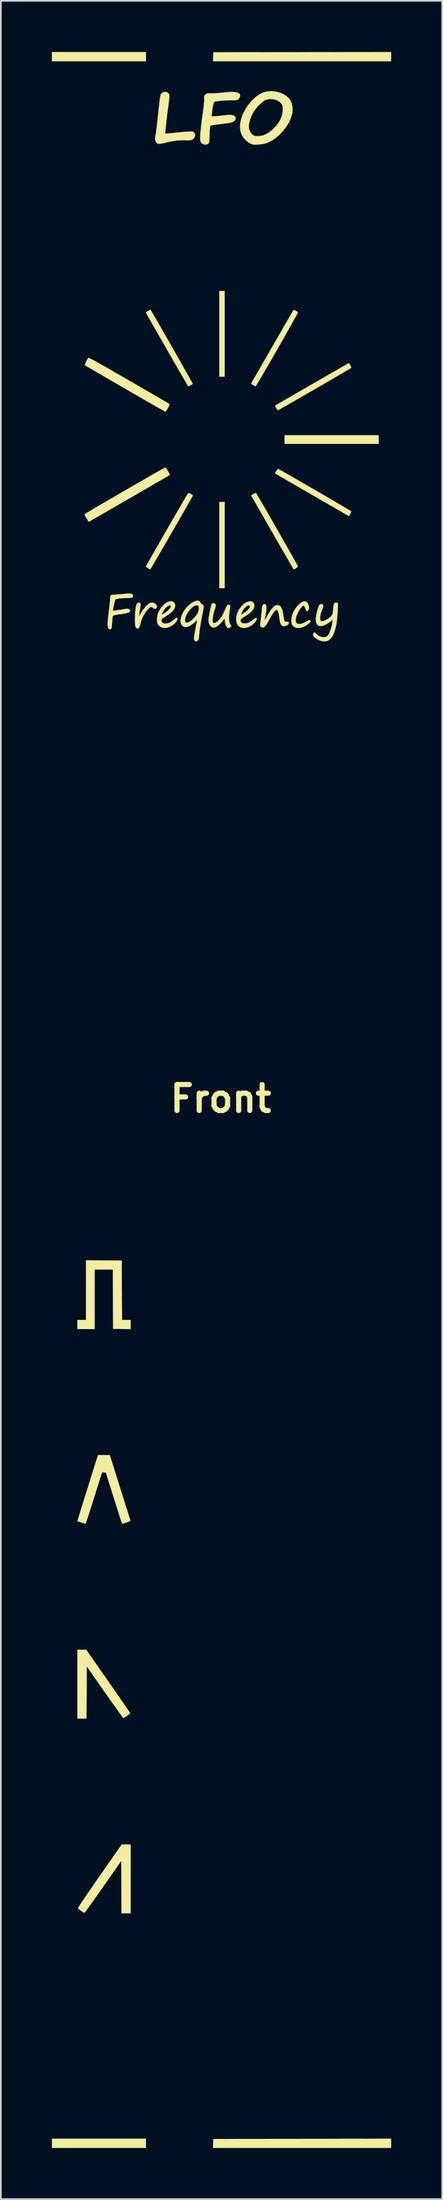
<source format=kicad_pcb>
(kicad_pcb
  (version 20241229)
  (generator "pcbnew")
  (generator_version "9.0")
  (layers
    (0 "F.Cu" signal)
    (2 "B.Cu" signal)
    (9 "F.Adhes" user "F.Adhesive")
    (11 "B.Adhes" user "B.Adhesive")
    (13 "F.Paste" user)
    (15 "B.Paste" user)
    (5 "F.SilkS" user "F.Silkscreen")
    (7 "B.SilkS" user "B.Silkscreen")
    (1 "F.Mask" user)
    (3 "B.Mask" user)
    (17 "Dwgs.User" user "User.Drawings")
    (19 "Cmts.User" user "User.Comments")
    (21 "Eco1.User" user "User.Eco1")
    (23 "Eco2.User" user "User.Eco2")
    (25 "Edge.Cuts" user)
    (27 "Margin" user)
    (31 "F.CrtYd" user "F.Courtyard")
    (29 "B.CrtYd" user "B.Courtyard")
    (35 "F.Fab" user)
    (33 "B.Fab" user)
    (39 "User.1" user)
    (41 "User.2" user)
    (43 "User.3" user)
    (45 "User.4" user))
  (footprint "Front"
    (layer "F.Cu")
    (at 9.939 61.445)
    (property "Reference" "Front" (at 0 0 0) (layer "F.SilkS") (effects (font (size 1.524 1.524) (thickness 0.3))))
    (attr through_hole)
    (fp_poly (pts (xy -4.403 -60.904) (xy -9.934 -60.904) (xy -9.934 -61.44) (xy -4.403 -61.44) (xy -4.403 -60.904)) (stroke (width 0.01) (type solid)) (fill yes) (layer "F.SilkS"))
    (fp_poly (pts (xy -4.403 61.581) (xy -9.934 61.581) (xy -9.934 61.045) (xy -4.403 61.045) (xy -4.403 61.581)) (stroke (width 0.01) (type solid)) (fill yes) (layer "F.SilkS"))
    (fp_poly (pts (xy 0.226 -42.39) (xy -0.085 -42.39) (xy -0.085 -47.413) (xy 0.226 -47.413) (xy 0.226 -42.39)) (stroke (width 0.01) (type solid)) (fill yes) (layer "F.SilkS"))
    (fp_poly (pts (xy 0.226 -29.972) (xy -0.085 -29.972) (xy -0.085 -35.024) (xy 0.226 -35.024) (xy 0.226 -29.972)) (stroke (width 0.01) (type solid)) (fill yes) (layer "F.SilkS"))
    (fp_poly (pts (xy 9.285 -38.439) (xy 3.754 -38.439) (xy 3.754 -38.947) (xy 9.285 -38.947) (xy 9.285 -38.439)) (stroke (width 0.01) (type solid)) (fill yes) (layer "F.SilkS"))
    (fp_poly (pts (xy 10.019 -60.904) (xy -0.454 -60.904) (xy -0.446 -61.165) (xy -0.437 -61.426) (xy 4.791 -61.433) (xy 10.019 -61.44) (xy 10.019 -60.904)) (stroke (width 0.01) (type solid)) (fill yes) (layer "F.SilkS"))
    (fp_poly (pts (xy 10.019 61.581) (xy -0.454 61.581) (xy -0.446 61.32) (xy -0.437 61.059) (xy 4.791 61.052) (xy 10.019 61.045) (xy 10.019 61.581)) (stroke (width 0.01) (type solid)) (fill yes) (layer "F.SilkS"))
    (fp_poly (pts (xy -6.879 9.489) (xy -5.828 9.497) (xy -5.821 11.239) (xy -5.813 12.982) (xy -5.306 12.982) (xy -5.306 13.52) (xy -5.821 13.512) (xy -6.336 13.504) (xy -6.343 11.762) (xy -6.35 10.019) (xy -7.422 10.019) (xy -7.422 13.518) (xy -8.438 13.518) (xy -8.438 12.982) (xy -7.93 12.982) (xy -7.93 9.482) (xy -6.879 9.489)) (stroke (width 0.01) (type solid)) (fill yes) (layer "F.SilkS"))
    (fp_poly (pts (xy -5.306 47.808) (xy -5.842 47.808) (xy -5.849 46.268) (xy -5.856 44.728) (xy -6.924 46.254) (xy -7.107 46.515) (xy -7.281 46.762) (xy -7.444 46.992) (xy -7.591 47.199) (xy -7.722 47.381) (xy -7.832 47.533) (xy -7.919 47.652) (xy -7.981 47.735) (xy -8.014 47.776) (xy -8.019 47.78) (xy -8.06 47.764) (xy -8.13 47.723) (xy -8.213 47.666) (xy -8.296 47.606) (xy -8.363 47.552) (xy -8.399 47.514) (xy -8.401 47.51) (xy -8.387 47.481) (xy -8.343 47.408) (xy -8.27 47.295) (xy -8.171 47.144) (xy -8.046 46.959) (xy -7.898 46.742) (xy -7.729 46.496) (xy -7.541 46.224) (xy -7.336 45.928) (xy -7.122 45.622) (xy -5.828 43.773) (xy -5.306 43.773) (xy -5.306 47.808)) (stroke (width 0.01) (type solid)) (fill yes) (layer "F.SilkS"))
    (fp_poly (pts (xy -8.177 32.344) (xy -7.916 32.345) (xy -6.632 34.181) (xy -6.431 34.469) (xy -6.239 34.744) (xy -6.06 35.003) (xy -5.894 35.241) (xy -5.746 35.456) (xy -5.617 35.643) (xy -5.509 35.8) (xy -5.426 35.922) (xy -5.369 36.007) (xy -5.342 36.05) (xy -5.339 36.055) (xy -5.357 36.088) (xy -5.41 36.139) (xy -5.485 36.2) (xy -5.569 36.259) (xy -5.649 36.309) (xy -5.711 36.339) (xy -5.738 36.342) (xy -5.76 36.317) (xy -5.812 36.25) (xy -5.89 36.144) (xy -5.992 36.003) (xy -6.115 35.832) (xy -6.256 35.634) (xy -6.413 35.413) (xy -6.583 35.172) (xy -6.763 34.917) (xy -6.831 34.82) (xy -7.888 33.311) (xy -7.895 34.845) (xy -7.903 36.378) (xy -8.438 36.378) (xy -8.438 32.343) (xy -8.177 32.344)) (stroke (width 0.01) (type solid)) (fill yes) (layer "F.SilkS"))
    (fp_poly (pts (xy -3.936 -29.11) (xy -3.837 -29.044) (xy -3.836 -29.043) (xy -3.774 -28.957) (xy -3.755 -28.871) (xy -3.78 -28.8) (xy -3.787 -28.792) (xy -3.854 -28.761) (xy -3.933 -28.772) (xy -3.993 -28.815) (xy -4.046 -28.857) (xy -4.085 -28.871) (xy -4.157 -28.847) (xy -4.246 -28.777) (xy -4.347 -28.668) (xy -4.417 -28.577) (xy -4.567 -28.335) (xy -4.672 -28.092) (xy -4.729 -27.879) (xy -4.77 -27.732) (xy -4.819 -27.64) (xy -4.879 -27.602) (xy -4.949 -27.618) (xy -4.958 -27.624) (xy -4.992 -27.664) (xy -5.022 -27.724) (xy -5.037 -27.797) (xy -5.046 -27.914) (xy -5.05 -28.064) (xy -5.049 -28.236) (xy -5.042 -28.416) (xy -5.03 -28.594) (xy -5.019 -28.702) (xy -4.994 -28.877) (xy -4.961 -29.001) (xy -4.917 -29.078) (xy -4.861 -29.116) (xy -4.802 -29.12) (xy -4.752 -29.103) (xy -4.725 -29.061) (xy -4.718 -28.986) (xy -4.731 -28.871) (xy -4.754 -28.748) (xy -4.776 -28.628) (xy -4.791 -28.514) (xy -4.797 -28.431) (xy -4.797 -28.428) (xy -4.796 -28.321) (xy -4.692 -28.517) (xy -4.61 -28.651) (xy -4.51 -28.785) (xy -4.403 -28.909) (xy -4.299 -29.01) (xy -4.208 -29.076) (xy -4.185 -29.087) (xy -4.05 -29.124) (xy -3.936 -29.11)) (stroke (width 0.01) (type solid)) (fill yes) (layer "F.SilkS"))
    (fp_poly (pts (xy 4.405 -46.255) (xy 4.477 -46.212) (xy 4.525 -46.17) (xy 4.534 -46.158) (xy 4.522 -46.128) (xy 4.484 -46.054) (xy 4.423 -45.94) (xy 4.341 -45.79) (xy 4.241 -45.609) (xy 4.124 -45.4) (xy 3.993 -45.169) (xy 3.851 -44.918) (xy 3.701 -44.654) (xy 3.544 -44.379) (xy 3.383 -44.098) (xy 3.221 -43.816) (xy 3.06 -43.536) (xy 2.902 -43.263) (xy 2.75 -43.002) (xy 2.607 -42.756) (xy 2.475 -42.529) (xy 2.355 -42.327) (xy 2.252 -42.153) (xy 2.167 -42.012) (xy 2.103 -41.908) (xy 2.061 -41.844) (xy 2.046 -41.826) (xy 2.007 -41.84) (xy 1.939 -41.874) (xy 1.897 -41.898) (xy 1.831 -41.943) (xy 1.792 -41.978) (xy 1.789 -41.99) (xy 1.804 -42.016) (xy 1.846 -42.088) (xy 1.911 -42.202) (xy 1.999 -42.354) (xy 2.107 -42.541) (xy 2.232 -42.758) (xy 2.374 -43.003) (xy 2.529 -43.272) (xy 2.695 -43.561) (xy 2.872 -43.866) (xy 3.005 -44.097) (xy 3.188 -44.414) (xy 3.363 -44.717) (xy 3.528 -45.004) (xy 3.682 -45.27) (xy 3.822 -45.512) (xy 3.946 -45.727) (xy 4.052 -45.909) (xy 4.138 -46.056) (xy 4.201 -46.165) (xy 4.239 -46.231) (xy 4.251 -46.249) (xy 4.291 -46.313) (xy 4.405 -46.255)) (stroke (width 0.01) (type solid)) (fill yes) (layer "F.SilkS"))
    (fp_poly (pts (xy 2.069 -35.559) (xy 2.09 -35.528) (xy 2.136 -35.452) (xy 2.204 -35.337) (xy 2.293 -35.185) (xy 2.399 -35.002) (xy 2.521 -34.792) (xy 2.655 -34.56) (xy 2.8 -34.308) (xy 2.952 -34.043) (xy 3.11 -33.768) (xy 3.271 -33.487) (xy 3.432 -33.206) (xy 3.591 -32.927) (xy 3.745 -32.656) (xy 3.893 -32.396) (xy 4.031 -32.153) (xy 4.157 -31.93) (xy 4.269 -31.732) (xy 4.364 -31.563) (xy 4.44 -31.427) (xy 4.493 -31.329) (xy 4.523 -31.273) (xy 4.528 -31.261) (xy 4.504 -31.213) (xy 4.438 -31.156) (xy 4.413 -31.14) (xy 4.296 -31.07) (xy 4.239 -31.163) (xy 4.205 -31.219) (xy 4.148 -31.316) (xy 4.069 -31.451) (xy 3.972 -31.62) (xy 3.858 -31.817) (xy 3.729 -32.038) (xy 3.589 -32.28) (xy 3.441 -32.538) (xy 3.285 -32.807) (xy 3.126 -33.084) (xy 2.965 -33.364) (xy 2.804 -33.642) (xy 2.647 -33.915) (xy 2.496 -34.178) (xy 2.354 -34.426) (xy 2.222 -34.656) (xy 2.103 -34.863) (xy 2.001 -35.043) (xy 1.916 -35.191) (xy 1.852 -35.304) (xy 1.812 -35.376) (xy 1.797 -35.404) (xy 1.797 -35.404) (xy 1.817 -35.43) (xy 1.87 -35.468) (xy 1.939 -35.51) (xy 2.007 -35.544) (xy 2.057 -35.561) (xy 2.069 -35.559)) (stroke (width 0.01) (type solid)) (fill yes) (layer "F.SilkS"))
    (fp_poly (pts (xy 3.409 -36.95) (xy 3.486 -36.908) (xy 3.603 -36.843) (xy 3.755 -36.758) (xy 3.938 -36.654) (xy 4.148 -36.534) (xy 4.38 -36.401) (xy 4.631 -36.257) (xy 4.895 -36.104) (xy 5.169 -35.946) (xy 5.449 -35.784) (xy 5.73 -35.622) (xy 6.007 -35.46) (xy 6.278 -35.303) (xy 6.536 -35.152) (xy 6.779 -35.01) (xy 7.002 -34.879) (xy 7.2 -34.763) (xy 7.369 -34.662) (xy 7.505 -34.581) (xy 7.605 -34.52) (xy 7.662 -34.484) (xy 7.676 -34.473) (xy 7.664 -34.434) (xy 7.635 -34.37) (xy 7.598 -34.298) (xy 7.563 -34.238) (xy 7.538 -34.207) (xy 7.535 -34.206) (xy 7.509 -34.22) (xy 7.438 -34.26) (xy 7.325 -34.324) (xy 7.174 -34.411) (xy 6.987 -34.518) (xy 6.77 -34.643) (xy 6.525 -34.784) (xy 6.256 -34.939) (xy 5.965 -35.106) (xy 5.658 -35.284) (xy 5.376 -35.447) (xy 5.057 -35.632) (xy 4.751 -35.808) (xy 4.462 -35.975) (xy 4.195 -36.129) (xy 3.952 -36.269) (xy 3.737 -36.393) (xy 3.553 -36.499) (xy 3.405 -36.584) (xy 3.295 -36.647) (xy 3.227 -36.685) (xy 3.206 -36.697) (xy 3.202 -36.723) (xy 3.224 -36.778) (xy 3.262 -36.845) (xy 3.308 -36.908) (xy 3.35 -36.953) (xy 3.376 -36.965) (xy 3.409 -36.95)) (stroke (width 0.01) (type solid)) (fill yes) (layer "F.SilkS"))
    (fp_poly (pts (xy 7.556 -43.157) (xy 7.593 -43.1) (xy 7.62 -43.054) (xy 7.661 -42.964) (xy 7.667 -42.91) (xy 7.659 -42.898) (xy 7.63 -42.879) (xy 7.557 -42.835) (xy 7.444 -42.768) (xy 7.295 -42.68) (xy 7.114 -42.574) (xy 6.906 -42.453) (xy 6.676 -42.319) (xy 6.426 -42.174) (xy 6.162 -42.021) (xy 5.888 -41.863) (xy 5.608 -41.701) (xy 5.327 -41.539) (xy 5.048 -41.378) (xy 4.777 -41.222) (xy 4.517 -41.072) (xy 4.272 -40.932) (xy 4.048 -40.803) (xy 3.847 -40.689) (xy 3.675 -40.591) (xy 3.536 -40.512) (xy 3.434 -40.455) (xy 3.373 -40.422) (xy 3.357 -40.414) (xy 3.332 -40.437) (xy 3.292 -40.495) (xy 3.262 -40.546) (xy 3.222 -40.62) (xy 3.199 -40.67) (xy 3.196 -40.684) (xy 3.222 -40.7) (xy 3.294 -40.742) (xy 3.405 -40.807) (xy 3.553 -40.893) (xy 3.732 -40.997) (xy 3.939 -41.116) (xy 4.168 -41.249) (xy 4.417 -41.392) (xy 4.681 -41.544) (xy 4.955 -41.702) (xy 5.236 -41.864) (xy 5.518 -42.026) (xy 5.798 -42.187) (xy 6.071 -42.344) (xy 6.334 -42.495) (xy 6.581 -42.637) (xy 6.809 -42.768) (xy 7.014 -42.885) (xy 7.19 -42.986) (xy 7.335 -43.069) (xy 7.443 -43.13) (xy 7.511 -43.168) (xy 7.533 -43.18) (xy 7.556 -43.157)) (stroke (width 0.01) (type solid)) (fill yes) (layer "F.SilkS"))
    (fp_poly (pts (xy -4.136 -46.309) (xy -4.115 -46.278) (xy -4.07 -46.203) (xy -4.002 -46.087) (xy -3.913 -45.936) (xy -3.807 -45.754) (xy -3.686 -45.545) (xy -3.552 -45.312) (xy -3.408 -45.061) (xy -3.255 -44.796) (xy -3.098 -44.521) (xy -2.937 -44.239) (xy -2.775 -43.957) (xy -2.616 -43.677) (xy -2.46 -43.404) (xy -2.311 -43.142) (xy -2.172 -42.896) (xy -2.044 -42.669) (xy -1.929 -42.466) (xy -1.832 -42.292) (xy -1.753 -42.15) (xy -1.695 -42.046) (xy -1.661 -41.982) (xy -1.653 -41.963) (xy -1.685 -41.937) (xy -1.747 -41.899) (xy -1.819 -41.861) (xy -1.879 -41.832) (xy -1.903 -41.825) (xy -1.927 -41.846) (xy -1.958 -41.889) (xy -1.988 -41.94) (xy -2.043 -42.034) (xy -2.12 -42.165) (xy -2.216 -42.33) (xy -2.328 -42.524) (xy -2.455 -42.744) (xy -2.594 -42.984) (xy -2.741 -43.24) (xy -2.896 -43.509) (xy -3.055 -43.785) (xy -3.216 -44.065) (xy -3.376 -44.344) (xy -3.533 -44.618) (xy -3.685 -44.883) (xy -3.829 -45.134) (xy -3.962 -45.367) (xy -4.082 -45.577) (xy -4.187 -45.761) (xy -4.274 -45.914) (xy -4.34 -46.032) (xy -4.384 -46.11) (xy -4.402 -46.145) (xy -4.403 -46.146) (xy -4.381 -46.171) (xy -4.328 -46.21) (xy -4.26 -46.253) (xy -4.194 -46.289) (xy -4.147 -46.309) (xy -4.136 -46.309)) (stroke (width 0.01) (type solid)) (fill yes) (layer "F.SilkS"))
    (fp_poly (pts (xy -1.861 -35.546) (xy -1.793 -35.516) (xy -1.765 -35.501) (xy -1.682 -35.449) (xy -1.651 -35.406) (xy -1.652 -35.391) (xy -1.67 -35.358) (xy -1.713 -35.281) (xy -1.779 -35.164) (xy -1.865 -35.012) (xy -1.97 -34.829) (xy -2.09 -34.62) (xy -2.223 -34.387) (xy -2.368 -34.137) (xy -2.52 -33.872) (xy -2.679 -33.598) (xy -2.84 -33.318) (xy -3.003 -33.037) (xy -3.164 -32.758) (xy -3.321 -32.487) (xy -3.472 -32.228) (xy -3.613 -31.984) (xy -3.744 -31.76) (xy -3.86 -31.561) (xy -3.96 -31.39) (xy -4.042 -31.251) (xy -4.102 -31.15) (xy -4.138 -31.09) (xy -4.149 -31.074) (xy -4.179 -31.088) (xy -4.241 -31.122) (xy -4.283 -31.147) (xy -4.352 -31.194) (xy -4.395 -31.231) (xy -4.403 -31.244) (xy -4.389 -31.272) (xy -4.349 -31.345) (xy -4.286 -31.457) (xy -4.202 -31.606) (xy -4.1 -31.786) (xy -3.981 -31.994) (xy -3.85 -32.224) (xy -3.707 -32.473) (xy -3.555 -32.737) (xy -3.398 -33.01) (xy -3.237 -33.29) (xy -3.075 -33.571) (xy -2.914 -33.849) (xy -2.757 -34.12) (xy -2.607 -34.379) (xy -2.465 -34.623) (xy -2.335 -34.847) (xy -2.219 -35.046) (xy -2.119 -35.217) (xy -2.037 -35.355) (xy -1.977 -35.456) (xy -1.941 -35.515) (xy -1.931 -35.529) (xy -1.902 -35.55) (xy -1.861 -35.546)) (stroke (width 0.01) (type solid)) (fill yes) (layer "F.SilkS"))
    (fp_poly (pts (xy 4.977 -29.192) (xy 5.013 -29.177) (xy 5.092 -29.113) (xy 5.15 -29.017) (xy 5.185 -28.906) (xy 5.192 -28.796) (xy 5.168 -28.702) (xy 5.136 -28.659) (xy 5.09 -28.625) (xy 5.056 -28.631) (xy 5.037 -28.649) (xy 5.003 -28.701) (xy 4.97 -28.782) (xy 4.959 -28.814) (xy 4.931 -28.89) (xy 4.902 -28.94) (xy 4.892 -28.948) (xy 4.84 -28.938) (xy 4.774 -28.884) (xy 4.699 -28.797) (xy 4.622 -28.686) (xy 4.549 -28.56) (xy 4.485 -28.43) (xy 4.437 -28.304) (xy 4.411 -28.192) (xy 4.41 -28.185) (xy 4.404 -28.056) (xy 4.421 -27.969) (xy 4.468 -27.913) (xy 4.533 -27.882) (xy 4.639 -27.866) (xy 4.757 -27.885) (xy 4.897 -27.941) (xy 5.032 -28.016) (xy 5.146 -28.076) (xy 5.224 -28.096) (xy 5.267 -28.075) (xy 5.278 -28.025) (xy 5.254 -27.976) (xy 5.191 -27.91) (xy 5.101 -27.839) (xy 4.996 -27.769) (xy 4.887 -27.711) (xy 4.79 -27.672) (xy 4.632 -27.638) (xy 4.497 -27.635) (xy 4.431 -27.648) (xy 4.308 -27.705) (xy 4.222 -27.789) (xy 4.201 -27.819) (xy 4.17 -27.879) (xy 4.154 -27.945) (xy 4.15 -28.036) (xy 4.153 -28.133) (xy 4.192 -28.375) (xy 4.286 -28.61) (xy 4.435 -28.837) (xy 4.57 -28.988) (xy 4.696 -29.103) (xy 4.8 -29.173) (xy 4.891 -29.202) (xy 4.977 -29.192)) (stroke (width 0.01) (type solid)) (fill yes) (layer "F.SilkS"))
    (fp_poly (pts (xy -7.746 -43.478) (xy -7.69 -43.453) (xy -7.61 -43.413) (xy -7.503 -43.357) (xy -7.366 -43.282) (xy -7.198 -43.189) (xy -6.995 -43.075) (xy -6.756 -42.939) (xy -6.478 -42.78) (xy -6.158 -42.596) (xy -5.794 -42.387) (xy -5.415 -42.168) (xy -5.079 -41.974) (xy -4.757 -41.788) (xy -4.452 -41.612) (xy -4.168 -41.447) (xy -3.907 -41.297) (xy -3.673 -41.161) (xy -3.47 -41.044) (xy -3.301 -40.946) (xy -3.169 -40.87) (xy -3.078 -40.817) (xy -3.032 -40.789) (xy -3.026 -40.786) (xy -3.015 -40.761) (xy -3.028 -40.71) (xy -3.068 -40.626) (xy -3.111 -40.547) (xy -3.168 -40.45) (xy -3.217 -40.376) (xy -3.252 -40.335) (xy -3.26 -40.331) (xy -3.288 -40.345) (xy -3.361 -40.385) (xy -3.476 -40.45) (xy -3.631 -40.537) (xy -3.82 -40.644) (xy -4.041 -40.771) (xy -4.291 -40.913) (xy -4.566 -41.071) (xy -4.862 -41.242) (xy -5.177 -41.423) (xy -5.506 -41.613) (xy -5.626 -41.682) (xy -5.96 -41.875) (xy -6.281 -42.061) (xy -6.584 -42.237) (xy -6.868 -42.401) (xy -7.127 -42.552) (xy -7.358 -42.687) (xy -7.56 -42.805) (xy -7.727 -42.903) (xy -7.856 -42.979) (xy -7.945 -43.032) (xy -7.989 -43.059) (xy -7.993 -43.062) (xy -7.994 -43.1) (xy -7.968 -43.173) (xy -7.921 -43.273) (xy -7.856 -43.387) (xy -7.793 -43.487) (xy -7.779 -43.489) (xy -7.746 -43.478)) (stroke (width 0.01) (type solid)) (fill yes) (layer "F.SilkS"))
    (fp_poly (pts (xy -3.237 -37.028) (xy -3.18 -36.957) (xy -3.109 -36.842) (xy -3.056 -36.745) (xy -3.017 -36.669) (xy -2.997 -36.625) (xy -2.997 -36.619) (xy -3.022 -36.604) (xy -3.093 -36.563) (xy -3.204 -36.498) (xy -3.352 -36.412) (xy -3.533 -36.308) (xy -3.742 -36.187) (xy -3.975 -36.052) (xy -4.229 -35.905) (xy -4.5 -35.749) (xy -4.782 -35.586) (xy -5.073 -35.418) (xy -5.369 -35.248) (xy -5.664 -35.078) (xy -5.956 -34.909) (xy -6.24 -34.746) (xy -6.511 -34.589) (xy -6.767 -34.442) (xy -7.003 -34.306) (xy -7.214 -34.185) (xy -7.398 -34.079) (xy -7.549 -33.992) (xy -7.664 -33.927) (xy -7.739 -33.884) (xy -7.769 -33.867) (xy -7.77 -33.867) (xy -7.787 -33.889) (xy -7.824 -33.95) (xy -7.875 -34.037) (xy -7.897 -34.075) (xy -7.951 -34.173) (xy -7.992 -34.252) (xy -8.013 -34.301) (xy -8.015 -34.308) (xy -7.991 -34.325) (xy -7.922 -34.368) (xy -7.812 -34.434) (xy -7.666 -34.521) (xy -7.487 -34.627) (xy -7.279 -34.749) (xy -7.046 -34.885) (xy -6.793 -35.032) (xy -6.524 -35.189) (xy -6.242 -35.353) (xy -5.952 -35.521) (xy -5.658 -35.691) (xy -5.363 -35.862) (xy -5.073 -36.029) (xy -4.79 -36.192) (xy -4.519 -36.348) (xy -4.265 -36.493) (xy -4.03 -36.628) (xy -3.82 -36.747) (xy -3.638 -36.85) (xy -3.488 -36.934) (xy -3.375 -36.997) (xy -3.302 -37.036) (xy -3.275 -37.049) (xy -3.237 -37.028)) (stroke (width 0.01) (type solid)) (fill yes) (layer "F.SilkS"))
    (fp_poly (pts (xy -5.929 22.825) (xy -5.829 23.141) (xy -5.734 23.442) (xy -5.646 23.723) (xy -5.565 23.98) (xy -5.493 24.207) (xy -5.431 24.402) (xy -5.381 24.56) (xy -5.344 24.676) (xy -5.322 24.746) (xy -5.316 24.765) (xy -5.336 24.783) (xy -5.397 24.811) (xy -5.484 24.845) (xy -5.582 24.879) (xy -5.677 24.909) (xy -5.755 24.93) (xy -5.802 24.936) (xy -5.809 24.934) (xy -5.819 24.906) (xy -5.845 24.829) (xy -5.884 24.708) (xy -5.936 24.548) (xy -5.998 24.353) (xy -6.069 24.129) (xy -6.148 23.881) (xy -6.233 23.613) (xy -6.289 23.434) (xy -6.76 21.943) (xy -6.873 21.934) (xy -6.986 21.926) (xy -7.463 23.437) (xy -7.551 23.717) (xy -7.635 23.98) (xy -7.712 24.221) (xy -7.782 24.435) (xy -7.842 24.619) (xy -7.891 24.766) (xy -7.927 24.872) (xy -7.95 24.933) (xy -7.956 24.946) (xy -7.989 24.936) (xy -8.062 24.914) (xy -8.161 24.883) (xy -8.199 24.871) (xy -8.303 24.837) (xy -8.383 24.81) (xy -8.428 24.795) (xy -8.433 24.792) (xy -8.426 24.765) (xy -8.403 24.69) (xy -8.367 24.571) (xy -8.318 24.413) (xy -8.259 24.222) (xy -8.192 24.003) (xy -8.116 23.761) (xy -8.035 23.501) (xy -7.95 23.228) (xy -7.863 22.947) (xy -7.774 22.664) (xy -7.686 22.383) (xy -7.6 22.11) (xy -7.518 21.85) (xy -7.442 21.608) (xy -7.373 21.389) (xy -7.312 21.199) (xy -7.263 21.047) (xy -7.22 20.913) (xy -6.531 20.913) (xy -5.929 22.825)) (stroke (width 0.01) (type solid)) (fill yes) (layer "F.SilkS"))
    (fp_poly (pts (xy -2.866 -29.199) (xy -2.768 -29.147) (xy -2.702 -29.059) (xy -2.681 -28.962) (xy -2.7 -28.839) (xy -2.758 -28.72) (xy -2.859 -28.599) (xy -3.007 -28.473) (xy -3.205 -28.337) (xy -3.254 -28.307) (xy -3.367 -28.236) (xy -3.44 -28.184) (xy -3.48 -28.144) (xy -3.497 -28.107) (xy -3.5 -28.079) (xy -3.475 -27.989) (xy -3.406 -27.925) (xy -3.304 -27.893) (xy -3.212 -27.893) (xy -3.103 -27.913) (xy -3.003 -27.951) (xy -2.896 -28.015) (xy -2.769 -28.111) (xy -2.749 -28.127) (xy -2.652 -28.2) (xy -2.589 -28.231) (xy -2.562 -28.227) (xy -2.543 -28.172) (xy -2.566 -28.096) (xy -2.621 -28.008) (xy -2.703 -27.914) (xy -2.803 -27.824) (xy -2.915 -27.747) (xy -3.031 -27.689) (xy -3.036 -27.688) (xy -3.205 -27.64) (xy -3.352 -27.636) (xy -3.491 -27.676) (xy -3.527 -27.693) (xy -3.631 -27.761) (xy -3.699 -27.844) (xy -3.737 -27.954) (xy -3.749 -28.102) (xy -3.746 -28.185) (xy -3.736 -28.318) (xy -3.716 -28.423) (xy -3.707 -28.449) (xy -3.468 -28.449) (xy -3.463 -28.423) (xy -3.422 -28.436) (xy -3.342 -28.484) (xy -3.293 -28.517) (xy -3.155 -28.618) (xy -3.046 -28.717) (xy -2.972 -28.808) (xy -2.94 -28.882) (xy -2.94 -28.903) (xy -2.966 -28.956) (xy -3.018 -28.967) (xy -3.088 -28.943) (xy -3.17 -28.886) (xy -3.255 -28.803) (xy -3.336 -28.698) (xy -3.377 -28.63) (xy -3.438 -28.517) (xy -3.468 -28.449) (xy -3.707 -28.449) (xy -3.678 -28.528) (xy -3.632 -28.627) (xy -3.53 -28.797) (xy -3.408 -28.945) (xy -3.274 -29.066) (xy -3.135 -29.153) (xy -3 -29.2) (xy -2.877 -29.201) (xy -2.866 -29.199)) (stroke (width 0.01) (type solid)) (fill yes) (layer "F.SilkS"))
    (fp_poly (pts (xy -0.398 -29.088) (xy -0.33 -29.046) (xy -0.325 -29.042) (xy -0.305 -29.016) (xy -0.295 -28.986) (xy -0.297 -28.943) (xy -0.312 -28.876) (xy -0.342 -28.773) (xy -0.377 -28.658) (xy -0.431 -28.461) (xy -0.467 -28.281) (xy -0.482 -28.128) (xy -0.476 -28.01) (xy -0.454 -27.943) (xy -0.408 -27.917) (xy -0.337 -27.931) (xy -0.249 -27.98) (xy -0.151 -28.06) (xy -0.051 -28.163) (xy 0.037 -28.277) (xy 0.088 -28.363) (xy 0.149 -28.481) (xy 0.209 -28.61) (xy 0.229 -28.656) (xy 0.302 -28.823) (xy 0.364 -28.937) (xy 0.415 -28.999) (xy 0.446 -29.012) (xy 0.485 -28.997) (xy 0.523 -28.973) (xy 0.548 -28.952) (xy 0.56 -28.926) (xy 0.561 -28.884) (xy 0.551 -28.811) (xy 0.528 -28.697) (xy 0.525 -28.681) (xy 0.495 -28.492) (xy 0.481 -28.308) (xy 0.482 -28.139) (xy 0.499 -27.997) (xy 0.53 -27.891) (xy 0.557 -27.849) (xy 0.609 -27.781) (xy 0.613 -27.73) (xy 0.569 -27.682) (xy 0.558 -27.673) (xy 0.471 -27.633) (xy 0.397 -27.647) (xy 0.359 -27.679) (xy 0.308 -27.755) (xy 0.272 -27.859) (xy 0.245 -28.004) (xy 0.242 -28.032) (xy 0.222 -28.195) (xy 0.104 -28.043) (xy -0.036 -27.884) (xy -0.175 -27.764) (xy -0.307 -27.687) (xy -0.427 -27.658) (xy -0.434 -27.658) (xy -0.529 -27.684) (xy -0.612 -27.755) (xy -0.676 -27.86) (xy -0.716 -27.988) (xy -0.725 -28.128) (xy -0.72 -28.178) (xy -0.698 -28.306) (xy -0.672 -28.451) (xy -0.641 -28.602) (xy -0.61 -28.749) (xy -0.581 -28.879) (xy -0.556 -28.982) (xy -0.536 -29.047) (xy -0.529 -29.062) (xy -0.472 -29.094) (xy -0.398 -29.088)) (stroke (width 0.01) (type solid)) (fill yes) (layer "F.SilkS"))
    (fp_poly (pts (xy 1.851 -29.178) (xy 1.925 -29.118) (xy 1.967 -29.02) (xy 1.975 -28.948) (xy 1.958 -28.833) (xy 1.904 -28.72) (xy 1.809 -28.606) (xy 1.669 -28.486) (xy 1.479 -28.355) (xy 1.402 -28.307) (xy 1.276 -28.225) (xy 1.196 -28.16) (xy 1.159 -28.103) (xy 1.16 -28.047) (xy 1.196 -27.984) (xy 1.211 -27.964) (xy 1.254 -27.924) (xy 1.311 -27.904) (xy 1.4 -27.899) (xy 1.416 -27.9) (xy 1.524 -27.909) (xy 1.623 -27.937) (xy 1.726 -27.992) (xy 1.847 -28.078) (xy 1.907 -28.127) (xy 2.005 -28.2) (xy 2.068 -28.231) (xy 2.095 -28.227) (xy 2.114 -28.172) (xy 2.092 -28.096) (xy 2.037 -28.006) (xy 1.955 -27.913) (xy 1.855 -27.823) (xy 1.742 -27.746) (xy 1.626 -27.69) (xy 1.456 -27.641) (xy 1.307 -27.636) (xy 1.164 -27.673) (xy 1.135 -27.686) (xy 1.026 -27.764) (xy 0.952 -27.878) (xy 0.912 -28.021) (xy 0.904 -28.184) (xy 0.929 -28.36) (xy 0.955 -28.443) (xy 1.198 -28.443) (xy 1.2 -28.42) (xy 1.2 -28.42) (xy 1.231 -28.434) (xy 1.294 -28.471) (xy 1.366 -28.515) (xy 1.508 -28.617) (xy 1.617 -28.716) (xy 1.689 -28.808) (xy 1.716 -28.885) (xy 1.716 -28.898) (xy 1.698 -28.952) (xy 1.653 -28.964) (xy 1.641 -28.963) (xy 1.54 -28.927) (xy 1.436 -28.845) (xy 1.347 -28.739) (xy 1.299 -28.662) (xy 1.254 -28.578) (xy 1.218 -28.5) (xy 1.198 -28.443) (xy 0.955 -28.443) (xy 0.986 -28.541) (xy 1.074 -28.718) (xy 1.192 -28.885) (xy 1.232 -28.93) (xy 1.367 -29.052) (xy 1.502 -29.139) (xy 1.633 -29.189) (xy 1.751 -29.202) (xy 1.851 -29.178)) (stroke (width 0.01) (type solid)) (fill yes) (layer "F.SilkS"))
    (fp_poly (pts (xy -3.156 -59.074) (xy -3.089 -59.028) (xy -3.059 -58.994) (xy -3.039 -58.956) (xy -3.027 -58.906) (xy -3.023 -58.837) (xy -3.029 -58.74) (xy -3.043 -58.609) (xy -3.066 -58.435) (xy -3.089 -58.27) (xy -3.116 -58.07) (xy -3.144 -57.858) (xy -3.171 -57.643) (xy -3.196 -57.432) (xy -3.219 -57.231) (xy -3.239 -57.049) (xy -3.254 -56.893) (xy -3.265 -56.771) (xy -3.27 -56.689) (xy -3.268 -56.656) (xy -3.268 -56.655) (xy -3.237 -56.653) (xy -3.159 -56.657) (xy -3.048 -56.665) (xy -2.912 -56.679) (xy -2.876 -56.682) (xy -2.597 -56.712) (xy -2.343 -56.736) (xy -2.12 -56.755) (xy -1.932 -56.768) (xy -1.786 -56.775) (xy -1.685 -56.775) (xy -1.639 -56.77) (xy -1.585 -56.73) (xy -1.538 -56.66) (xy -1.534 -56.651) (xy -1.51 -56.581) (xy -1.513 -56.525) (xy -1.543 -56.452) (xy -1.544 -56.449) (xy -1.601 -56.361) (xy -1.676 -56.301) (xy -1.778 -56.268) (xy -1.917 -56.257) (xy -2.061 -56.262) (xy -2.375 -56.264) (xy -2.712 -56.232) (xy -3.051 -56.168) (xy -3.161 -56.14) (xy -3.296 -56.107) (xy -3.429 -56.078) (xy -3.538 -56.06) (xy -3.573 -56.056) (xy -3.661 -56.052) (xy -3.717 -56.065) (xy -3.763 -56.101) (xy -3.791 -56.134) (xy -3.838 -56.204) (xy -3.861 -56.285) (xy -3.864 -56.389) (xy -3.845 -56.527) (xy -3.827 -56.617) (xy -3.815 -56.688) (xy -3.799 -56.808) (xy -3.779 -56.969) (xy -3.756 -57.162) (xy -3.731 -57.38) (xy -3.705 -57.615) (xy -3.682 -57.83) (xy -3.655 -58.088) (xy -3.628 -58.324) (xy -3.603 -58.53) (xy -3.58 -58.701) (xy -3.561 -58.833) (xy -3.545 -58.917) (xy -3.537 -58.945) (xy -3.469 -59.032) (xy -3.372 -59.084) (xy -3.262 -59.1) (xy -3.156 -59.074)) (stroke (width 0.01) (type solid)) (fill yes) (layer "F.SilkS"))
    (fp_poly (pts (xy 2.632 -29.018) (xy 2.671 -28.949) (xy 2.686 -28.833) (xy 2.676 -28.668) (xy 2.642 -28.454) (xy 2.627 -28.38) (xy 2.603 -28.262) (xy 2.586 -28.167) (xy 2.577 -28.106) (xy 2.578 -28.091) (xy 2.594 -28.11) (xy 2.633 -28.17) (xy 2.688 -28.261) (xy 2.754 -28.375) (xy 2.766 -28.396) (xy 2.891 -28.603) (xy 3.002 -28.761) (xy 3.104 -28.872) (xy 3.2 -28.942) (xy 3.283 -28.971) (xy 3.398 -28.97) (xy 3.493 -28.92) (xy 3.569 -28.82) (xy 3.626 -28.668) (xy 3.667 -28.464) (xy 3.669 -28.448) (xy 3.687 -28.322) (xy 3.707 -28.202) (xy 3.725 -28.113) (xy 3.729 -28.099) (xy 3.751 -28.029) (xy 3.779 -28.001) (xy 3.83 -28.002) (xy 3.85 -28.005) (xy 3.944 -28.008) (xy 3.994 -27.978) (xy 4 -27.915) (xy 3.997 -27.901) (xy 3.953 -27.83) (xy 3.873 -27.777) (xy 3.775 -27.747) (xy 3.676 -27.745) (xy 3.595 -27.775) (xy 3.576 -27.792) (xy 3.536 -27.848) (xy 3.504 -27.921) (xy 3.479 -28.023) (xy 3.456 -28.164) (xy 3.445 -28.248) (xy 3.415 -28.444) (xy 3.379 -28.585) (xy 3.336 -28.671) (xy 3.289 -28.702) (xy 3.286 -28.702) (xy 3.227 -28.677) (xy 3.153 -28.603) (xy 3.061 -28.478) (xy 2.952 -28.302) (xy 2.867 -28.152) (xy 2.791 -28.018) (xy 2.718 -27.897) (xy 2.656 -27.799) (xy 2.611 -27.737) (xy 2.602 -27.727) (xy 2.516 -27.67) (xy 2.432 -27.665) (xy 2.357 -27.714) (xy 2.336 -27.74) (xy 2.324 -27.771) (xy 2.32 -27.818) (xy 2.325 -27.891) (xy 2.337 -28.001) (xy 2.351 -28.116) (xy 2.371 -28.279) (xy 2.39 -28.45) (xy 2.405 -28.607) (xy 2.413 -28.701) (xy 2.43 -28.855) (xy 2.459 -28.96) (xy 2.502 -29.02) (xy 2.562 -29.041) (xy 2.569 -29.041) (xy 2.632 -29.018)) (stroke (width 0.01) (type solid)) (fill yes) (layer "F.SilkS"))
    (fp_poly (pts (xy -5.271 -29.643) (xy -5.205 -29.619) (xy -5.172 -29.578) (xy -5.165 -29.538) (xy -5.17 -29.48) (xy -5.189 -29.44) (xy -5.231 -29.415) (xy -5.304 -29.4) (xy -5.418 -29.394) (xy -5.552 -29.392) (xy -5.702 -29.388) (xy -5.85 -29.379) (xy -5.975 -29.366) (xy -6.044 -29.355) (xy -6.203 -29.32) (xy -6.26 -29.103) (xy -6.29 -28.979) (xy -6.316 -28.86) (xy -6.333 -28.768) (xy -6.334 -28.763) (xy -6.352 -28.64) (xy -6.245 -28.656) (xy -6.153 -28.668) (xy -6.039 -28.683) (xy -5.983 -28.69) (xy -5.863 -28.707) (xy -5.728 -28.732) (xy -5.66 -28.746) (xy -5.517 -28.765) (xy -5.414 -28.75) (xy -5.354 -28.699) (xy -5.339 -28.654) (xy -5.343 -28.607) (xy -5.374 -28.568) (xy -5.438 -28.535) (xy -5.541 -28.506) (xy -5.688 -28.478) (xy -5.884 -28.449) (xy -6.034 -28.427) (xy -6.165 -28.404) (xy -6.267 -28.382) (xy -6.329 -28.363) (xy -6.34 -28.357) (xy -6.359 -28.31) (xy -6.376 -28.21) (xy -6.39 -28.061) (xy -6.396 -27.96) (xy -6.407 -27.791) (xy -6.421 -27.673) (xy -6.442 -27.599) (xy -6.472 -27.563) (xy -6.515 -27.559) (xy -6.572 -27.58) (xy -6.578 -27.583) (xy -6.614 -27.606) (xy -6.635 -27.641) (xy -6.647 -27.702) (xy -6.654 -27.802) (xy -6.655 -27.823) (xy -6.653 -27.915) (xy -6.645 -28.052) (xy -6.631 -28.219) (xy -6.611 -28.405) (xy -6.588 -28.597) (xy -6.586 -28.612) (xy -6.563 -28.799) (xy -6.543 -28.977) (xy -6.527 -29.136) (xy -6.517 -29.263) (xy -6.513 -29.347) (xy -6.513 -29.355) (xy -6.509 -29.468) (xy -6.481 -29.539) (xy -6.421 -29.576) (xy -6.319 -29.59) (xy -6.268 -29.591) (xy -6.179 -29.594) (xy -6.051 -29.602) (xy -5.899 -29.615) (xy -5.741 -29.63) (xy -5.726 -29.631) (xy -5.526 -29.649) (xy -5.377 -29.653) (xy -5.271 -29.643)) (stroke (width 0.01) (type solid)) (fill yes) (layer "F.SilkS"))
    (fp_poly (pts (xy 6.817 -29.113) (xy 6.895 -29.094) (xy 6.878 -28.651) (xy 6.852 -28.263) (xy 6.809 -27.918) (xy 6.747 -27.619) (xy 6.669 -27.367) (xy 6.574 -27.163) (xy 6.462 -27.01) (xy 6.336 -26.91) (xy 6.323 -26.903) (xy 6.212 -26.858) (xy 6.103 -26.844) (xy 5.976 -26.859) (xy 5.889 -26.88) (xy 5.743 -26.938) (xy 5.602 -27.025) (xy 5.488 -27.128) (xy 5.466 -27.156) (xy 5.429 -27.218) (xy 5.429 -27.271) (xy 5.441 -27.304) (xy 5.477 -27.36) (xy 5.518 -27.369) (xy 5.573 -27.328) (xy 5.61 -27.287) (xy 5.708 -27.201) (xy 5.83 -27.138) (xy 5.963 -27.1) (xy 6.092 -27.091) (xy 6.202 -27.114) (xy 6.26 -27.151) (xy 6.332 -27.243) (xy 6.403 -27.379) (xy 6.467 -27.545) (xy 6.52 -27.729) (xy 6.556 -27.916) (xy 6.56 -27.95) (xy 6.581 -28.115) (xy 6.43 -28.001) (xy 6.321 -27.926) (xy 6.199 -27.854) (xy 6.124 -27.815) (xy 5.961 -27.757) (xy 5.827 -27.747) (xy 5.722 -27.782) (xy 5.647 -27.863) (xy 5.603 -27.986) (xy 5.591 -28.152) (xy 5.611 -28.358) (xy 5.664 -28.603) (xy 5.687 -28.688) (xy 5.725 -28.805) (xy 5.762 -28.906) (xy 5.795 -28.974) (xy 5.806 -28.991) (xy 5.875 -29.035) (xy 5.948 -29.034) (xy 6.006 -28.989) (xy 6.016 -28.97) (xy 6.03 -28.926) (xy 6.025 -28.874) (xy 6.001 -28.801) (xy 5.958 -28.705) (xy 5.88 -28.493) (xy 5.845 -28.294) (xy 5.854 -28.126) (xy 5.872 -28.058) (xy 5.904 -28.03) (xy 5.965 -28.025) (xy 6.044 -28.042) (xy 6.15 -28.086) (xy 6.267 -28.151) (xy 6.381 -28.226) (xy 6.469 -28.299) (xy 6.523 -28.361) (xy 6.561 -28.436) (xy 6.588 -28.535) (xy 6.606 -28.67) (xy 6.615 -28.785) (xy 6.633 -28.94) (xy 6.662 -29.044) (xy 6.707 -29.103) (xy 6.77 -29.12) (xy 6.817 -29.113)) (stroke (width 0.01) (type solid)) (fill yes) (layer "F.SilkS"))
    (fp_poly (pts (xy -1.256 -29.204) (xy -1.204 -29.137) (xy -1.199 -29.125) (xy -1.162 -29.072) (xy -1.102 -29.027) (xy -1.042 -28.983) (xy -1.01 -28.936) (xy -1.01 -28.887) (xy -1.019 -28.799) (xy -1.037 -28.685) (xy -1.049 -28.617) (xy -1.106 -28.324) (xy -1.151 -28.079) (xy -1.188 -27.873) (xy -1.217 -27.699) (xy -1.239 -27.55) (xy -1.255 -27.417) (xy -1.267 -27.292) (xy -1.27 -27.263) (xy -1.283 -27.119) (xy -1.296 -27.021) (xy -1.311 -26.956) (xy -1.331 -26.915) (xy -1.357 -26.889) (xy -1.429 -26.846) (xy -1.487 -26.852) (xy -1.534 -26.891) (xy -1.552 -26.913) (xy -1.566 -26.938) (xy -1.574 -26.972) (xy -1.576 -27.019) (xy -1.572 -27.087) (xy -1.56 -27.18) (xy -1.539 -27.305) (xy -1.511 -27.467) (xy -1.473 -27.671) (xy -1.425 -27.925) (xy -1.416 -27.975) (xy -1.39 -28.109) (xy -1.554 -27.957) (xy -1.722 -27.821) (xy -1.879 -27.731) (xy -2.022 -27.69) (xy -2.147 -27.697) (xy -2.238 -27.743) (xy -2.32 -27.841) (xy -2.361 -27.97) (xy -2.362 -28.039) (xy -2.108 -28.039) (xy -2.076 -27.967) (xy -2.011 -27.941) (xy -1.916 -27.961) (xy -1.805 -28.02) (xy -1.692 -28.106) (xy -1.574 -28.219) (xy -1.466 -28.343) (xy -1.382 -28.462) (xy -1.353 -28.519) (xy -1.308 -28.651) (xy -1.29 -28.774) (xy -1.301 -28.876) (xy -1.338 -28.944) (xy -1.356 -28.957) (xy -1.438 -28.971) (xy -1.537 -28.94) (xy -1.645 -28.873) (xy -1.756 -28.776) (xy -1.862 -28.657) (xy -1.958 -28.523) (xy -2.036 -28.381) (xy -2.089 -28.238) (xy -2.106 -28.155) (xy -2.108 -28.039) (xy -2.362 -28.039) (xy -2.364 -28.123) (xy -2.329 -28.293) (xy -2.259 -28.473) (xy -2.155 -28.655) (xy -2.019 -28.833) (xy -1.988 -28.867) (xy -1.849 -29) (xy -1.708 -29.105) (xy -1.572 -29.18) (xy -1.447 -29.223) (xy -1.339 -29.232) (xy -1.256 -29.204)) (stroke (width 0.01) (type solid)) (fill yes) (layer "F.SilkS"))
    (fp_poly (pts (xy 3.215 -59.121) (xy 3.449 -59.063) (xy 3.666 -58.973) (xy 3.857 -58.856) (xy 4.013 -58.714) (xy 4.123 -58.556) (xy 4.168 -58.433) (xy 4.201 -58.277) (xy 4.218 -58.11) (xy 4.218 -57.953) (xy 4.209 -57.876) (xy 4.133 -57.6) (xy 4.012 -57.324) (xy 3.851 -57.057) (xy 3.658 -56.804) (xy 3.44 -56.575) (xy 3.203 -56.376) (xy 2.954 -56.216) (xy 2.699 -56.1) (xy 2.588 -56.066) (xy 2.471 -56.042) (xy 2.329 -56.024) (xy 2.181 -56.011) (xy 2.042 -56.006) (xy 1.93 -56.01) (xy 1.877 -56.018) (xy 1.691 -56.093) (xy 1.517 -56.218) (xy 1.362 -56.383) (xy 1.235 -56.582) (xy 1.223 -56.607) (xy 1.153 -56.81) (xy 1.132 -57.009) (xy 1.647 -57.009) (xy 1.653 -56.957) (xy 1.696 -56.822) (xy 1.769 -56.692) (xy 1.86 -56.588) (xy 1.897 -56.559) (xy 1.952 -56.528) (xy 2.011 -56.511) (xy 2.09 -56.505) (xy 2.208 -56.508) (xy 2.221 -56.508) (xy 2.349 -56.518) (xy 2.451 -56.536) (xy 2.551 -56.571) (xy 2.672 -56.627) (xy 2.806 -56.701) (xy 2.929 -56.788) (xy 3.059 -56.903) (xy 3.121 -56.964) (xy 3.273 -57.126) (xy 3.389 -57.274) (xy 3.48 -57.426) (xy 3.556 -57.597) (xy 3.576 -57.653) (xy 3.619 -57.808) (xy 3.643 -57.973) (xy 3.648 -58.132) (xy 3.632 -58.27) (xy 3.604 -58.353) (xy 3.511 -58.475) (xy 3.378 -58.572) (xy 3.216 -58.641) (xy 3.039 -58.679) (xy 2.858 -58.682) (xy 2.684 -58.648) (xy 2.609 -58.618) (xy 2.505 -58.553) (xy 2.381 -58.453) (xy 2.25 -58.328) (xy 2.123 -58.192) (xy 2.012 -58.055) (xy 1.963 -57.985) (xy 1.85 -57.788) (xy 1.758 -57.58) (xy 1.692 -57.373) (xy 1.653 -57.178) (xy 1.647 -57.009) (xy 1.132 -57.009) (xy 1.128 -57.039) (xy 1.147 -57.286) (xy 1.206 -57.544) (xy 1.304 -57.808) (xy 1.44 -58.071) (xy 1.61 -58.327) (xy 1.813 -58.569) (xy 1.863 -58.621) (xy 2.071 -58.813) (xy 2.271 -58.956) (xy 2.47 -59.056) (xy 2.679 -59.117) (xy 2.737 -59.128) (xy 2.975 -59.144) (xy 3.215 -59.121)) (stroke (width 0.01) (type solid)) (fill yes) (layer "F.SilkS"))
    (fp_poly (pts (xy 0.788 -59.093) (xy 0.928 -59.072) (xy 1.014 -59.042) (xy 1.102 -58.985) (xy 1.14 -58.925) (xy 1.134 -58.848) (xy 1.118 -58.806) (xy 1.073 -58.717) (xy 1.019 -58.658) (xy 0.945 -58.625) (xy 0.839 -58.611) (xy 0.696 -58.612) (xy 0.552 -58.612) (xy 0.374 -58.606) (xy 0.181 -58.595) (xy -0.01 -58.579) (xy -0.18 -58.561) (xy -0.303 -58.543) (xy -0.36 -58.527) (xy -0.396 -58.492) (xy -0.425 -58.424) (xy -0.436 -58.388) (xy -0.458 -58.299) (xy -0.48 -58.184) (xy -0.5 -58.056) (xy -0.516 -57.928) (xy -0.528 -57.813) (xy -0.533 -57.724) (xy -0.53 -57.673) (xy -0.527 -57.668) (xy -0.5 -57.662) (xy -0.434 -57.663) (xy -0.326 -57.67) (xy -0.173 -57.684) (xy 0.029 -57.706) (xy 0.283 -57.735) (xy 0.353 -57.743) (xy 0.532 -57.752) (xy 0.678 -57.736) (xy 0.787 -57.697) (xy 0.855 -57.638) (xy 0.878 -57.561) (xy 0.851 -57.47) (xy 0.831 -57.438) (xy 0.782 -57.384) (xy 0.714 -57.342) (xy 0.619 -57.308) (xy 0.487 -57.279) (xy 0.309 -57.253) (xy 0.278 -57.249) (xy 0.023 -57.218) (xy -0.181 -57.192) (xy -0.337 -57.171) (xy -0.45 -57.155) (xy -0.526 -57.143) (xy -0.567 -57.134) (xy -0.569 -57.133) (xy -0.596 -57.118) (xy -0.617 -57.087) (xy -0.633 -57.031) (xy -0.645 -56.944) (xy -0.654 -56.818) (xy -0.661 -56.646) (xy -0.664 -56.549) (xy -0.67 -56.38) (xy -0.677 -56.258) (xy -0.686 -56.174) (xy -0.698 -56.119) (xy -0.716 -56.085) (xy -0.726 -56.072) (xy -0.815 -56.02) (xy -0.927 -56.007) (xy -1.035 -56.033) (xy -1.107 -56.072) (xy -1.158 -56.119) (xy -1.19 -56.184) (xy -1.207 -56.276) (xy -1.211 -56.406) (xy -1.205 -56.58) (xy -1.196 -56.706) (xy -1.18 -56.876) (xy -1.158 -57.078) (xy -1.132 -57.301) (xy -1.103 -57.532) (xy -1.075 -57.739) (xy -1.035 -58.027) (xy -1.006 -58.262) (xy -0.986 -58.448) (xy -0.976 -58.586) (xy -0.976 -58.681) (xy -0.977 -58.699) (xy -0.984 -58.792) (xy -0.977 -58.85) (xy -0.95 -58.896) (xy -0.906 -58.94) (xy -0.864 -58.978) (xy -0.824 -59.001) (xy -0.773 -59.014) (xy -0.697 -59.019) (xy -0.582 -59.018) (xy -0.544 -59.017) (xy -0.399 -59.019) (xy -0.223 -59.027) (xy -0.041 -59.041) (xy 0.085 -59.054) (xy 0.369 -59.084) (xy 0.603 -59.096) (xy 0.788 -59.093)) (stroke (width 0.01) (type solid)) (fill yes) (layer "F.SilkS")))
  (gr_rect
    (start -3 -3)
    (end 22.963 126.031)
    (stroke (width 0.1) (type default))
    (fill no)
    (layer "Edge.Cuts")))
</source>
